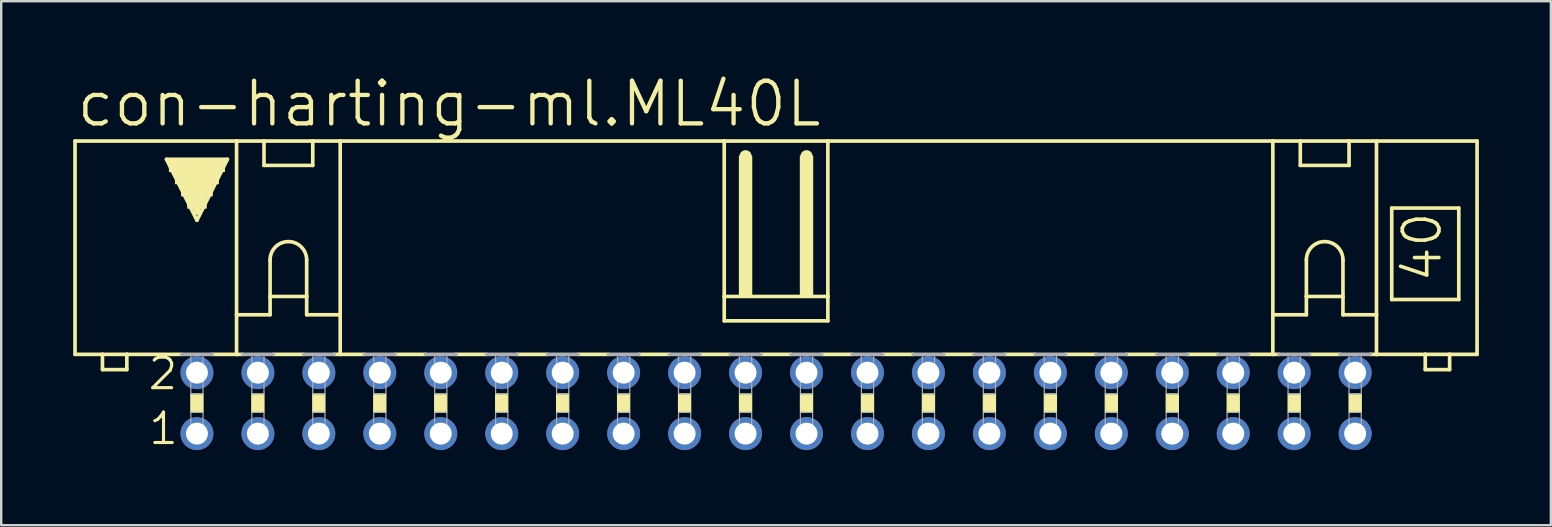
<source format=kicad_pcb>
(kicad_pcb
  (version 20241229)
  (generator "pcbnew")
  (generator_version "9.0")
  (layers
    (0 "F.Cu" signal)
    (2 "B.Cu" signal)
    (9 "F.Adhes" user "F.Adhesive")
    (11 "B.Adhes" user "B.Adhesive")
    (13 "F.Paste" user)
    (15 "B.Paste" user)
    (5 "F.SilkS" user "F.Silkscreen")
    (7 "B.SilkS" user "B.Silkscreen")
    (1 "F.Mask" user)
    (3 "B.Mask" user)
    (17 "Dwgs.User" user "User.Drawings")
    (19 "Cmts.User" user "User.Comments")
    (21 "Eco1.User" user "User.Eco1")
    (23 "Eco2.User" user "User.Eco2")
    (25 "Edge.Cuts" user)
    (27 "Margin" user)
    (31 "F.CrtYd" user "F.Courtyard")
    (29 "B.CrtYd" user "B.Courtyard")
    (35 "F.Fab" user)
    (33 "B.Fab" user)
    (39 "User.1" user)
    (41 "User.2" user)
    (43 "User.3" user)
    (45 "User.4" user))
  (footprint "con-harting-ml.ML40L"
    (layer "F.Cu")
    (at 29.286 13.748)
    (property "Reference" "con-harting-ml.ML40L" (at -29.235 -11.43 0) (layer "F.SilkS") (effects (font (size 1.778 1.778) (thickness 0.18)) (justify left bottom)))
    (attr through_hole)
    (fp_line (start -29.21 -2.032) (end -29.21 -10.922) (stroke (width 0.152) (type default)) (layer "F.SilkS"))
    (fp_line (start -29.21 -2.032) (end -28.067 -2.032) (stroke (width 0.152) (type default)) (layer "F.SilkS"))
    (fp_line (start -28.067 -2.032) (end -28.067 -1.397) (stroke (width 0.152) (type default)) (layer "F.SilkS"))
    (fp_line (start -28.067 -2.032) (end -27.051 -2.032) (stroke (width 0.152) (type default)) (layer "F.SilkS"))
    (fp_line (start -27.051 -2.032) (end -24.765 -2.032) (stroke (width 0.152) (type default)) (layer "F.SilkS"))
    (fp_line (start -27.051 -1.397) (end -28.067 -1.397) (stroke (width 0.152) (type default)) (layer "F.SilkS"))
    (fp_line (start -27.051 -1.397) (end -27.051 -2.032) (stroke (width 0.152) (type default)) (layer "F.SilkS"))
    (fp_line (start -25.4 -10.16) (end -22.86 -10.16) (stroke (width 0.152) (type default)) (layer "F.SilkS"))
    (fp_line (start -24.13 -7.62) (end -25.4 -10.16) (stroke (width 0.152) (type default)) (layer "F.SilkS"))
    (fp_line (start -23.495 -2.032) (end -22.479 -2.032) (stroke (width 0.152) (type default)) (layer "F.SilkS"))
    (fp_line (start -22.86 -10.16) (end -24.13 -7.62) (stroke (width 0.152) (type default)) (layer "F.SilkS"))
    (fp_line (start -22.479 -10.922) (end -29.21 -10.922) (stroke (width 0.152) (type default)) (layer "F.SilkS"))
    (fp_line (start -22.479 -10.922) (end -21.336 -10.922) (stroke (width 0.152) (type default)) (layer "F.SilkS"))
    (fp_line (start -22.479 -3.683) (end -22.479 -10.922) (stroke (width 0.152) (type default)) (layer "F.SilkS"))
    (fp_line (start -22.479 -3.683) (end -22.479 -2.032) (stroke (width 0.152) (type default)) (layer "F.SilkS"))
    (fp_line (start -22.479 -3.683) (end -21.082 -3.683) (stroke (width 0.152) (type default)) (layer "F.SilkS"))
    (fp_line (start -22.479 -2.032) (end -22.225 -2.032) (stroke (width 0.152) (type default)) (layer "F.SilkS"))
    (fp_line (start -21.336 -10.922) (end -19.304 -10.922) (stroke (width 0.152) (type default)) (layer "F.SilkS"))
    (fp_line (start -21.336 -9.906) (end -21.336 -10.922) (stroke (width 0.152) (type default)) (layer "F.SilkS"))
    (fp_line (start -21.336 -9.906) (end -19.304 -9.906) (stroke (width 0.152) (type default)) (layer "F.SilkS"))
    (fp_line (start -21.082 -5.969) (end -21.082 -4.445) (stroke (width 0.152) (type default)) (layer "F.SilkS"))
    (fp_line (start -21.082 -4.445) (end -21.082 -3.683) (stroke (width 0.152) (type default)) (layer "F.SilkS"))
    (fp_line (start -21.082 -4.445) (end -19.558 -4.445) (stroke (width 0.152) (type default)) (layer "F.SilkS"))
    (fp_line (start -20.955 -2.032) (end -19.685 -2.032) (stroke (width 0.152) (type default)) (layer "F.SilkS"))
    (fp_line (start -19.558 -5.969) (end -19.558 -4.445) (stroke (width 0.152) (type default)) (layer "F.SilkS"))
    (fp_line (start -19.558 -4.445) (end -19.558 -3.683) (stroke (width 0.152) (type default)) (layer "F.SilkS"))
    (fp_line (start -19.558 -3.683) (end -18.161 -3.683) (stroke (width 0.152) (type default)) (layer "F.SilkS"))
    (fp_line (start -19.304 -10.922) (end -19.304 -9.906) (stroke (width 0.152) (type default)) (layer "F.SilkS"))
    (fp_line (start -19.304 -10.922) (end -18.161 -10.922) (stroke (width 0.152) (type default)) (layer "F.SilkS"))
    (fp_line (start -18.415 -2.032) (end -18.161 -2.032) (stroke (width 0.152) (type default)) (layer "F.SilkS"))
    (fp_line (start -18.161 -10.922) (end -2.159 -10.922) (stroke (width 0.152) (type default)) (layer "F.SilkS"))
    (fp_line (start -18.161 -3.683) (end -18.161 -10.922) (stroke (width 0.152) (type default)) (layer "F.SilkS"))
    (fp_line (start -18.161 -3.683) (end -18.161 -2.032) (stroke (width 0.152) (type default)) (layer "F.SilkS"))
    (fp_line (start -18.161 -2.032) (end -17.145 -2.032) (stroke (width 0.152) (type default)) (layer "F.SilkS"))
    (fp_line (start -15.875 -2.032) (end -14.605 -2.032) (stroke (width 0.152) (type default)) (layer "F.SilkS"))
    (fp_line (start -13.335 -2.032) (end -12.065 -2.032) (stroke (width 0.152) (type default)) (layer "F.SilkS"))
    (fp_line (start -10.795 -2.032) (end -9.525 -2.032) (stroke (width 0.152) (type default)) (layer "F.SilkS"))
    (fp_line (start -8.255 -2.032) (end -6.985 -2.032) (stroke (width 0.152) (type default)) (layer "F.SilkS"))
    (fp_line (start -5.715 -2.032) (end -4.445 -2.032) (stroke (width 0.152) (type default)) (layer "F.SilkS"))
    (fp_line (start -3.175 -2.032) (end -1.905 -2.032) (stroke (width 0.152) (type default)) (layer "F.SilkS"))
    (fp_line (start -2.159 -10.922) (end -2.159 -4.445) (stroke (width 0.152) (type default)) (layer "F.SilkS"))
    (fp_line (start -2.159 -10.922) (end 2.159 -10.922) (stroke (width 0.152) (type default)) (layer "F.SilkS"))
    (fp_line (start -2.159 -4.445) (end -2.159 -3.429) (stroke (width 0.152) (type default)) (layer "F.SilkS"))
    (fp_line (start -1.27 -10.033) (end -1.27 -10.287) (stroke (width 0.508) (type default)) (layer "F.SilkS"))
    (fp_line (start -0.635 -2.032) (end 0.635 -2.032) (stroke (width 0.152) (type default)) (layer "F.SilkS"))
    (fp_line (start 1.27 -10.033) (end 1.27 -10.287) (stroke (width 0.508) (type default)) (layer "F.SilkS"))
    (fp_line (start 1.905 -2.032) (end 3.175 -2.032) (stroke (width 0.152) (type default)) (layer "F.SilkS"))
    (fp_line (start 2.159 -10.922) (end 2.159 -4.445) (stroke (width 0.152) (type default)) (layer "F.SilkS"))
    (fp_line (start 2.159 -10.922) (end 20.701 -10.922) (stroke (width 0.152) (type default)) (layer "F.SilkS"))
    (fp_line (start 2.159 -4.445) (end -2.159 -4.445) (stroke (width 0.152) (type default)) (layer "F.SilkS"))
    (fp_line (start 2.159 -4.445) (end 2.159 -3.429) (stroke (width 0.152) (type default)) (layer "F.SilkS"))
    (fp_line (start 2.159 -3.429) (end -2.159 -3.429) (stroke (width 0.152) (type default)) (layer "F.SilkS"))
    (fp_line (start 4.445 -2.032) (end 5.715 -2.032) (stroke (width 0.152) (type default)) (layer "F.SilkS"))
    (fp_line (start 6.985 -2.032) (end 8.255 -2.032) (stroke (width 0.152) (type default)) (layer "F.SilkS"))
    (fp_line (start 9.525 -2.032) (end 10.795 -2.032) (stroke (width 0.152) (type default)) (layer "F.SilkS"))
    (fp_line (start 12.065 -2.032) (end 13.335 -2.032) (stroke (width 0.152) (type default)) (layer "F.SilkS"))
    (fp_line (start 14.605 -2.032) (end 15.875 -2.032) (stroke (width 0.152) (type default)) (layer "F.SilkS"))
    (fp_line (start 17.145 -2.032) (end 18.415 -2.032) (stroke (width 0.152) (type default)) (layer "F.SilkS"))
    (fp_line (start 19.685 -2.032) (end 20.701 -2.032) (stroke (width 0.152) (type default)) (layer "F.SilkS"))
    (fp_line (start 20.701 -10.922) (end 29.21 -10.922) (stroke (width 0.152) (type default)) (layer "F.SilkS"))
    (fp_line (start 20.701 -3.683) (end 20.701 -10.922) (stroke (width 0.152) (type default)) (layer "F.SilkS"))
    (fp_line (start 20.701 -3.683) (end 20.701 -2.032) (stroke (width 0.152) (type default)) (layer "F.SilkS"))
    (fp_line (start 20.701 -3.683) (end 22.098 -3.683) (stroke (width 0.152) (type default)) (layer "F.SilkS"))
    (fp_line (start 20.701 -2.032) (end 20.955 -2.032) (stroke (width 0.152) (type default)) (layer "F.SilkS"))
    (fp_line (start 21.844 -9.906) (end 21.844 -10.922) (stroke (width 0.152) (type default)) (layer "F.SilkS"))
    (fp_line (start 21.844 -9.906) (end 23.876 -9.906) (stroke (width 0.152) (type default)) (layer "F.SilkS"))
    (fp_line (start 22.098 -5.969) (end 22.098 -4.445) (stroke (width 0.152) (type default)) (layer "F.SilkS"))
    (fp_line (start 22.098 -4.445) (end 22.098 -3.683) (stroke (width 0.152) (type default)) (layer "F.SilkS"))
    (fp_line (start 22.098 -4.445) (end 23.622 -4.445) (stroke (width 0.152) (type default)) (layer "F.SilkS"))
    (fp_line (start 22.225 -2.032) (end 23.495 -2.032) (stroke (width 0.152) (type default)) (layer "F.SilkS"))
    (fp_line (start 23.622 -5.969) (end 23.622 -4.445) (stroke (width 0.152) (type default)) (layer "F.SilkS"))
    (fp_line (start 23.622 -4.445) (end 23.622 -3.683) (stroke (width 0.152) (type default)) (layer "F.SilkS"))
    (fp_line (start 23.622 -3.683) (end 25.019 -3.683) (stroke (width 0.152) (type default)) (layer "F.SilkS"))
    (fp_line (start 23.876 -10.922) (end 23.876 -9.906) (stroke (width 0.152) (type default)) (layer "F.SilkS"))
    (fp_line (start 25.019 -3.683) (end 25.019 -10.922) (stroke (width 0.152) (type default)) (layer "F.SilkS"))
    (fp_line (start 25.019 -3.683) (end 25.019 -2.032) (stroke (width 0.152) (type default)) (layer "F.SilkS"))
    (fp_line (start 25.019 -2.032) (end 24.765 -2.032) (stroke (width 0.152) (type default)) (layer "F.SilkS"))
    (fp_line (start 25.654 -8.128) (end 25.654 -4.318) (stroke (width 0.152) (type default)) (layer "F.SilkS"))
    (fp_line (start 25.654 -8.128) (end 28.448 -8.128) (stroke (width 0.152) (type default)) (layer "F.SilkS"))
    (fp_line (start 25.654 -4.318) (end 28.448 -4.318) (stroke (width 0.152) (type default)) (layer "F.SilkS"))
    (fp_line (start 27.051 -2.032) (end 25.019 -2.032) (stroke (width 0.152) (type default)) (layer "F.SilkS"))
    (fp_line (start 27.051 -2.032) (end 27.051 -1.397) (stroke (width 0.152) (type default)) (layer "F.SilkS"))
    (fp_line (start 28.067 -2.032) (end 27.051 -2.032) (stroke (width 0.152) (type default)) (layer "F.SilkS"))
    (fp_line (start 28.067 -1.397) (end 27.051 -1.397) (stroke (width 0.152) (type default)) (layer "F.SilkS"))
    (fp_line (start 28.067 -1.397) (end 28.067 -2.032) (stroke (width 0.152) (type default)) (layer "F.SilkS"))
    (fp_line (start 28.448 -4.318) (end 28.448 -8.128) (stroke (width 0.152) (type default)) (layer "F.SilkS"))
    (fp_line (start 29.21 -2.032) (end 28.067 -2.032) (stroke (width 0.152) (type default)) (layer "F.SilkS"))
    (fp_line (start 29.21 -2.032) (end 29.21 -10.922) (stroke (width 0.152) (type default)) (layer "F.SilkS"))
    (fp_rect (start -25.273 -9.652) (end -22.987 -10.16) (stroke (width 0.05) (type default)) (fill yes) (layer "F.SilkS"))
    (fp_rect (start -25.019 -9.144) (end -23.241 -9.652) (stroke (width 0.05) (type default)) (fill yes) (layer "F.SilkS"))
    (fp_rect (start -24.765 -8.636) (end -23.495 -9.144) (stroke (width 0.05) (type default)) (fill yes) (layer "F.SilkS"))
    (fp_rect (start -24.511 -8.128) (end -23.749 -8.636) (stroke (width 0.05) (type default)) (fill yes) (layer "F.SilkS"))
    (fp_rect (start -24.384 0.381) (end -23.876 -0.381) (stroke (width 0.05) (type default)) (fill yes) (layer "F.SilkS"))
    (fp_rect (start -24.257 -7.874) (end -24.003 -8.128) (stroke (width 0.05) (type default)) (fill yes) (layer "F.SilkS"))
    (fp_rect (start -21.844 0.381) (end -21.336 -0.381) (stroke (width 0.05) (type default)) (fill yes) (layer "F.SilkS"))
    (fp_rect (start -19.304 0.381) (end -18.796 -0.381) (stroke (width 0.05) (type default)) (fill yes) (layer "F.SilkS"))
    (fp_rect (start -16.764 0.381) (end -16.256 -0.381) (stroke (width 0.05) (type default)) (fill yes) (layer "F.SilkS"))
    (fp_rect (start -14.224 0.381) (end -13.716 -0.381) (stroke (width 0.05) (type default)) (fill yes) (layer "F.SilkS"))
    (fp_rect (start -11.684 0.381) (end -11.176 -0.381) (stroke (width 0.05) (type default)) (fill yes) (layer "F.SilkS"))
    (fp_rect (start -9.144 0.381) (end -8.636 -0.381) (stroke (width 0.05) (type default)) (fill yes) (layer "F.SilkS"))
    (fp_rect (start -6.604 0.381) (end -6.096 -0.381) (stroke (width 0.05) (type default)) (fill yes) (layer "F.SilkS"))
    (fp_rect (start -4.064 0.381) (end -3.556 -0.381) (stroke (width 0.05) (type default)) (fill yes) (layer "F.SilkS"))
    (fp_rect (start -1.524 -4.445) (end -1.016 -10.287) (stroke (width 0.05) (type default)) (fill yes) (layer "F.SilkS"))
    (fp_rect (start -1.524 0.381) (end -1.016 -0.381) (stroke (width 0.05) (type default)) (fill yes) (layer "F.SilkS"))
    (fp_rect (start 1.016 -4.445) (end 1.524 -10.287) (stroke (width 0.05) (type default)) (fill yes) (layer "F.SilkS"))
    (fp_rect (start 1.016 0.381) (end 1.524 -0.381) (stroke (width 0.05) (type default)) (fill yes) (layer "F.SilkS"))
    (fp_rect (start 3.556 0.381) (end 4.064 -0.381) (stroke (width 0.05) (type default)) (fill yes) (layer "F.SilkS"))
    (fp_rect (start 6.096 0.381) (end 6.604 -0.381) (stroke (width 0.05) (type default)) (fill yes) (layer "F.SilkS"))
    (fp_rect (start 8.636 0.381) (end 9.144 -0.381) (stroke (width 0.05) (type default)) (fill yes) (layer "F.SilkS"))
    (fp_rect (start 11.176 0.381) (end 11.684 -0.381) (stroke (width 0.05) (type default)) (fill yes) (layer "F.SilkS"))
    (fp_rect (start 13.716 0.381) (end 14.224 -0.381) (stroke (width 0.05) (type default)) (fill yes) (layer "F.SilkS"))
    (fp_rect (start 16.256 0.381) (end 16.764 -0.381) (stroke (width 0.05) (type default)) (fill yes) (layer "F.SilkS"))
    (fp_rect (start 18.796 0.381) (end 19.304 -0.381) (stroke (width 0.05) (type default)) (fill yes) (layer "F.SilkS"))
    (fp_rect (start 21.336 0.381) (end 21.844 -0.381) (stroke (width 0.05) (type default)) (fill yes) (layer "F.SilkS"))
    (fp_rect (start 23.876 0.381) (end 24.384 -0.381) (stroke (width 0.05) (type default)) (fill yes) (layer "F.SilkS"))
    (fp_arc (start -21.082 -5.969) (mid -20.32 -6.731) (end -19.558 -5.969) (stroke (width 0.1524) (type default)) (layer "F.SilkS"))
    (fp_arc (start 22.098 -5.969) (mid 22.86 -6.731) (end 23.622 -5.969) (stroke (width 0.1524) (type default)) (layer "F.SilkS"))
    (fp_line (start -24.765 -2.032) (end -23.495 -2.032) (stroke (width 0.152) (type default)) (layer "F.Fab"))
    (fp_line (start -22.225 -2.032) (end -20.955 -2.032) (stroke (width 0.152) (type default)) (layer "F.Fab"))
    (fp_line (start -19.685 -2.032) (end -18.415 -2.032) (stroke (width 0.152) (type default)) (layer "F.Fab"))
    (fp_line (start -17.145 -2.032) (end -15.875 -2.032) (stroke (width 0.152) (type default)) (layer "F.Fab"))
    (fp_line (start -14.605 -2.032) (end -13.335 -2.032) (stroke (width 0.152) (type default)) (layer "F.Fab"))
    (fp_line (start -12.065 -2.032) (end -10.795 -2.032) (stroke (width 0.152) (type default)) (layer "F.Fab"))
    (fp_line (start -9.525 -2.032) (end -8.255 -2.032) (stroke (width 0.152) (type default)) (layer "F.Fab"))
    (fp_line (start -6.985 -2.032) (end -5.715 -2.032) (stroke (width 0.152) (type default)) (layer "F.Fab"))
    (fp_line (start -4.445 -2.032) (end -3.175 -2.032) (stroke (width 0.152) (type default)) (layer "F.Fab"))
    (fp_line (start -1.905 -2.032) (end -0.635 -2.032) (stroke (width 0.152) (type default)) (layer "F.Fab"))
    (fp_line (start 0.635 -2.032) (end 1.905 -2.032) (stroke (width 0.152) (type default)) (layer "F.Fab"))
    (fp_line (start 3.175 -2.032) (end 4.445 -2.032) (stroke (width 0.152) (type default)) (layer "F.Fab"))
    (fp_line (start 5.715 -2.032) (end 6.985 -2.032) (stroke (width 0.152) (type default)) (layer "F.Fab"))
    (fp_line (start 8.255 -2.032) (end 9.525 -2.032) (stroke (width 0.152) (type default)) (layer "F.Fab"))
    (fp_line (start 10.795 -2.032) (end 12.065 -2.032) (stroke (width 0.152) (type default)) (layer "F.Fab"))
    (fp_line (start 13.335 -2.032) (end 14.605 -2.032) (stroke (width 0.152) (type default)) (layer "F.Fab"))
    (fp_line (start 15.875 -2.032) (end 17.145 -2.032) (stroke (width 0.152) (type default)) (layer "F.Fab"))
    (fp_line (start 19.685 -2.032) (end 18.415 -2.032) (stroke (width 0.152) (type default)) (layer "F.Fab"))
    (fp_line (start 22.225 -2.032) (end 20.955 -2.032) (stroke (width 0.152) (type default)) (layer "F.Fab"))
    (fp_line (start 24.765 -2.032) (end 23.495 -2.032) (stroke (width 0.152) (type default)) (layer "F.Fab"))
    (fp_rect (start -24.384 -0.381) (end -23.876 -2.032) (stroke (width 0.05) (type default)) (fill no) (layer "F.Fab"))
    (fp_rect (start -24.384 1.524) (end -23.876 0.381) (stroke (width 0.05) (type default)) (fill no) (layer "F.Fab"))
    (fp_rect (start -21.844 -0.381) (end -21.336 -2.032) (stroke (width 0.05) (type default)) (fill no) (layer "F.Fab"))
    (fp_rect (start -21.844 1.524) (end -21.336 0.381) (stroke (width 0.05) (type default)) (fill no) (layer "F.Fab"))
    (fp_rect (start -19.304 -0.381) (end -18.796 -2.032) (stroke (width 0.05) (type default)) (fill no) (layer "F.Fab"))
    (fp_rect (start -19.304 1.524) (end -18.796 0.381) (stroke (width 0.05) (type default)) (fill no) (layer "F.Fab"))
    (fp_rect (start -16.764 -0.381) (end -16.256 -2.032) (stroke (width 0.05) (type default)) (fill no) (layer "F.Fab"))
    (fp_rect (start -16.764 1.524) (end -16.256 0.381) (stroke (width 0.05) (type default)) (fill no) (layer "F.Fab"))
    (fp_rect (start -14.224 -0.381) (end -13.716 -2.032) (stroke (width 0.05) (type default)) (fill no) (layer "F.Fab"))
    (fp_rect (start -14.224 1.524) (end -13.716 0.381) (stroke (width 0.05) (type default)) (fill no) (layer "F.Fab"))
    (fp_rect (start -11.684 -0.381) (end -11.176 -2.032) (stroke (width 0.05) (type default)) (fill no) (layer "F.Fab"))
    (fp_rect (start -11.684 1.524) (end -11.176 0.381) (stroke (width 0.05) (type default)) (fill no) (layer "F.Fab"))
    (fp_rect (start -9.144 -0.381) (end -8.636 -2.032) (stroke (width 0.05) (type default)) (fill no) (layer "F.Fab"))
    (fp_rect (start -9.144 1.524) (end -8.636 0.381) (stroke (width 0.05) (type default)) (fill no) (layer "F.Fab"))
    (fp_rect (start -6.604 -0.381) (end -6.096 -2.032) (stroke (width 0.05) (type default)) (fill no) (layer "F.Fab"))
    (fp_rect (start -6.604 1.524) (end -6.096 0.381) (stroke (width 0.05) (type default)) (fill no) (layer "F.Fab"))
    (fp_rect (start -4.064 -0.381) (end -3.556 -2.032) (stroke (width 0.05) (type default)) (fill no) (layer "F.Fab"))
    (fp_rect (start -4.064 1.524) (end -3.556 0.381) (stroke (width 0.05) (type default)) (fill no) (layer "F.Fab"))
    (fp_rect (start -1.524 -0.381) (end -1.016 -2.032) (stroke (width 0.05) (type default)) (fill no) (layer "F.Fab"))
    (fp_rect (start -1.524 1.524) (end -1.016 0.381) (stroke (width 0.05) (type default)) (fill no) (layer "F.Fab"))
    (fp_rect (start 1.016 -0.381) (end 1.524 -2.032) (stroke (width 0.05) (type default)) (fill no) (layer "F.Fab"))
    (fp_rect (start 1.016 1.524) (end 1.524 0.381) (stroke (width 0.05) (type default)) (fill no) (layer "F.Fab"))
    (fp_rect (start 3.556 -0.381) (end 4.064 -2.032) (stroke (width 0.05) (type default)) (fill no) (layer "F.Fab"))
    (fp_rect (start 3.556 1.524) (end 4.064 0.381) (stroke (width 0.05) (type default)) (fill no) (layer "F.Fab"))
    (fp_rect (start 6.096 -0.381) (end 6.604 -2.032) (stroke (width 0.05) (type default)) (fill no) (layer "F.Fab"))
    (fp_rect (start 6.096 1.524) (end 6.604 0.381) (stroke (width 0.05) (type default)) (fill no) (layer "F.Fab"))
    (fp_rect (start 8.636 -0.381) (end 9.144 -2.032) (stroke (width 0.05) (type default)) (fill no) (layer "F.Fab"))
    (fp_rect (start 8.636 1.524) (end 9.144 0.381) (stroke (width 0.05) (type default)) (fill no) (layer "F.Fab"))
    (fp_rect (start 11.176 -0.381) (end 11.684 -2.032) (stroke (width 0.05) (type default)) (fill no) (layer "F.Fab"))
    (fp_rect (start 11.176 1.524) (end 11.684 0.381) (stroke (width 0.05) (type default)) (fill no) (layer "F.Fab"))
    (fp_rect (start 13.716 -0.381) (end 14.224 -2.032) (stroke (width 0.05) (type default)) (fill no) (layer "F.Fab"))
    (fp_rect (start 13.716 1.524) (end 14.224 0.381) (stroke (width 0.05) (type default)) (fill no) (layer "F.Fab"))
    (fp_rect (start 16.256 -0.381) (end 16.764 -2.032) (stroke (width 0.05) (type default)) (fill no) (layer "F.Fab"))
    (fp_rect (start 16.256 1.524) (end 16.764 0.381) (stroke (width 0.05) (type default)) (fill no) (layer "F.Fab"))
    (fp_rect (start 18.796 -0.381) (end 19.304 -2.032) (stroke (width 0.05) (type default)) (fill no) (layer "F.Fab"))
    (fp_rect (start 18.796 1.524) (end 19.304 0.381) (stroke (width 0.05) (type default)) (fill no) (layer "F.Fab"))
    (fp_rect (start 21.336 -0.381) (end 21.844 -2.032) (stroke (width 0.05) (type default)) (fill no) (layer "F.Fab"))
    (fp_rect (start 21.336 1.524) (end 21.844 0.381) (stroke (width 0.05) (type default)) (fill no) (layer "F.Fab"))
    (fp_rect (start 23.876 -0.381) (end 24.384 -2.032) (stroke (width 0.05) (type default)) (fill no) (layer "F.Fab"))
    (fp_rect (start 23.876 1.524) (end 24.384 0.381) (stroke (width 0.05) (type default)) (fill no) (layer "F.Fab"))
    (fp_text user "2" (at -26.238 -0.483 0) (layer "F.SilkS") (effects (font (size 1.27 1.27) (thickness 0.13)) (justify left bottom)))
    (fp_text user "40" (at 27.813 -4.953 90) (layer "F.SilkS") (effects (font (size 1.524 1.524) (thickness 0.15)) (justify left bottom)))
    (fp_text user "1" (at -26.213 1.803 0) (layer "F.SilkS") (effects (font (size 1.27 1.27) (thickness 0.13)) (justify left bottom)))
    (pad "1" thru_hole circle (at -24.13 1.27) (size 1.372 1.372) (drill 0.914) (layers "*.Cu" "*.Mask"))
    (pad "2" thru_hole circle (at -24.13 -1.27) (size 1.372 1.372) (drill 0.914) (layers "*.Cu" "*.Mask"))
    (pad "3" thru_hole circle (at -21.59 1.27) (size 1.372 1.372) (drill 0.914) (layers "*.Cu" "*.Mask"))
    (pad "4" thru_hole circle (at -21.59 -1.27) (size 1.372 1.372) (drill 0.914) (layers "*.Cu" "*.Mask"))
    (pad "5" thru_hole circle (at -19.05 1.27) (size 1.372 1.372) (drill 0.914) (layers "*.Cu" "*.Mask"))
    (pad "6" thru_hole circle (at -19.05 -1.27) (size 1.372 1.372) (drill 0.914) (layers "*.Cu" "*.Mask"))
    (pad "7" thru_hole circle (at -16.51 1.27) (size 1.372 1.372) (drill 0.914) (layers "*.Cu" "*.Mask"))
    (pad "8" thru_hole circle (at -16.51 -1.27) (size 1.372 1.372) (drill 0.914) (layers "*.Cu" "*.Mask"))
    (pad "9" thru_hole circle (at -13.97 1.27) (size 1.372 1.372) (drill 0.914) (layers "*.Cu" "*.Mask"))
    (pad "10" thru_hole circle (at -13.97 -1.27) (size 1.372 1.372) (drill 0.914) (layers "*.Cu" "*.Mask"))
    (pad "11" thru_hole circle (at -11.43 1.27) (size 1.372 1.372) (drill 0.914) (layers "*.Cu" "*.Mask"))
    (pad "12" thru_hole circle (at -11.43 -1.27) (size 1.372 1.372) (drill 0.914) (layers "*.Cu" "*.Mask"))
    (pad "13" thru_hole circle (at -8.89 1.27) (size 1.372 1.372) (drill 0.914) (layers "*.Cu" "*.Mask"))
    (pad "14" thru_hole circle (at -8.89 -1.27) (size 1.372 1.372) (drill 0.914) (layers "*.Cu" "*.Mask"))
    (pad "15" thru_hole circle (at -6.35 1.27) (size 1.372 1.372) (drill 0.914) (layers "*.Cu" "*.Mask"))
    (pad "16" thru_hole circle (at -6.35 -1.27) (size 1.372 1.372) (drill 0.914) (layers "*.Cu" "*.Mask"))
    (pad "17" thru_hole circle (at -3.81 1.27) (size 1.372 1.372) (drill 0.914) (layers "*.Cu" "*.Mask"))
    (pad "18" thru_hole circle (at -3.81 -1.27) (size 1.372 1.372) (drill 0.914) (layers "*.Cu" "*.Mask"))
    (pad "19" thru_hole circle (at -1.27 1.27) (size 1.372 1.372) (drill 0.914) (layers "*.Cu" "*.Mask"))
    (pad "20" thru_hole circle (at -1.27 -1.27) (size 1.372 1.372) (drill 0.914) (layers "*.Cu" "*.Mask"))
    (pad "21" thru_hole circle (at 1.27 1.27) (size 1.372 1.372) (drill 0.914) (layers "*.Cu" "*.Mask"))
    (pad "22" thru_hole circle (at 1.27 -1.27) (size 1.372 1.372) (drill 0.914) (layers "*.Cu" "*.Mask"))
    (pad "23" thru_hole circle (at 3.81 1.27) (size 1.372 1.372) (drill 0.914) (layers "*.Cu" "*.Mask"))
    (pad "24" thru_hole circle (at 3.81 -1.27) (size 1.372 1.372) (drill 0.914) (layers "*.Cu" "*.Mask"))
    (pad "25" thru_hole circle (at 6.35 1.27) (size 1.372 1.372) (drill 0.914) (layers "*.Cu" "*.Mask"))
    (pad "26" thru_hole circle (at 6.35 -1.27) (size 1.372 1.372) (drill 0.914) (layers "*.Cu" "*.Mask"))
    (pad "27" thru_hole circle (at 8.89 1.27) (size 1.372 1.372) (drill 0.914) (layers "*.Cu" "*.Mask"))
    (pad "28" thru_hole circle (at 8.89 -1.27) (size 1.372 1.372) (drill 0.914) (layers "*.Cu" "*.Mask"))
    (pad "29" thru_hole circle (at 11.43 1.27) (size 1.372 1.372) (drill 0.914) (layers "*.Cu" "*.Mask"))
    (pad "30" thru_hole circle (at 11.43 -1.27) (size 1.372 1.372) (drill 0.914) (layers "*.Cu" "*.Mask"))
    (pad "31" thru_hole circle (at 13.97 1.27) (size 1.372 1.372) (drill 0.914) (layers "*.Cu" "*.Mask"))
    (pad "32" thru_hole circle (at 13.97 -1.27) (size 1.372 1.372) (drill 0.914) (layers "*.Cu" "*.Mask"))
    (pad "33" thru_hole circle (at 16.51 1.27) (size 1.372 1.372) (drill 0.914) (layers "*.Cu" "*.Mask"))
    (pad "34" thru_hole circle (at 16.51 -1.27) (size 1.372 1.372) (drill 0.914) (layers "*.Cu" "*.Mask"))
    (pad "35" thru_hole circle (at 19.05 1.27) (size 1.372 1.372) (drill 0.914) (layers "*.Cu" "*.Mask"))
    (pad "36" thru_hole circle (at 19.05 -1.27) (size 1.372 1.372) (drill 0.914) (layers "*.Cu" "*.Mask"))
    (pad "37" thru_hole circle (at 21.59 1.27) (size 1.372 1.372) (drill 0.914) (layers "*.Cu" "*.Mask"))
    (pad "38" thru_hole circle (at 21.59 -1.27) (size 1.372 1.372) (drill 0.914) (layers "*.Cu" "*.Mask"))
    (pad "39" thru_hole circle (at 24.13 1.27) (size 1.372 1.372) (drill 0.914) (layers "*.Cu" "*.Mask"))
    (pad "40" thru_hole circle (at 24.13 -1.27) (size 1.372 1.372) (drill 0.914) (layers "*.Cu" "*.Mask")))
  (gr_rect
    (start -3 -3)
    (end 61.572 18.834)
    (stroke (width 0.1) (type default))
    (fill no)
    (layer "Edge.Cuts")))
</source>
